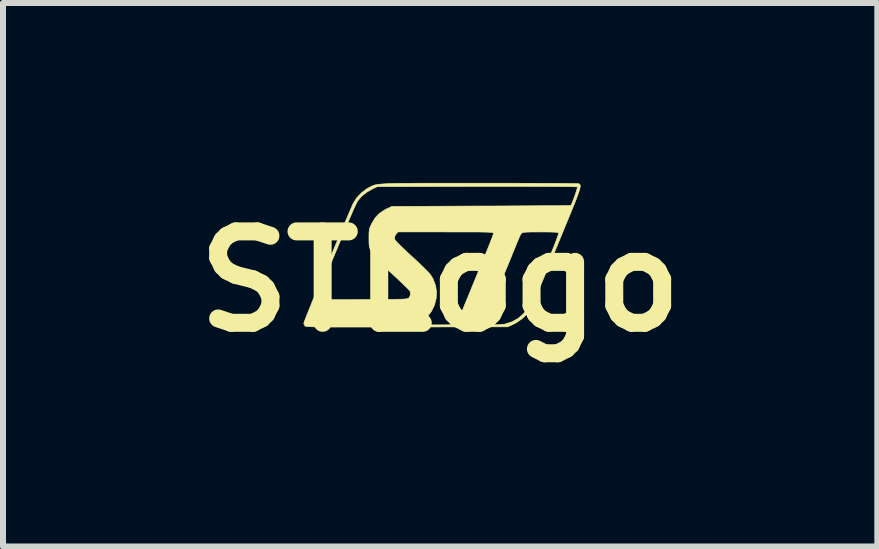
<source format=kicad_pcb>
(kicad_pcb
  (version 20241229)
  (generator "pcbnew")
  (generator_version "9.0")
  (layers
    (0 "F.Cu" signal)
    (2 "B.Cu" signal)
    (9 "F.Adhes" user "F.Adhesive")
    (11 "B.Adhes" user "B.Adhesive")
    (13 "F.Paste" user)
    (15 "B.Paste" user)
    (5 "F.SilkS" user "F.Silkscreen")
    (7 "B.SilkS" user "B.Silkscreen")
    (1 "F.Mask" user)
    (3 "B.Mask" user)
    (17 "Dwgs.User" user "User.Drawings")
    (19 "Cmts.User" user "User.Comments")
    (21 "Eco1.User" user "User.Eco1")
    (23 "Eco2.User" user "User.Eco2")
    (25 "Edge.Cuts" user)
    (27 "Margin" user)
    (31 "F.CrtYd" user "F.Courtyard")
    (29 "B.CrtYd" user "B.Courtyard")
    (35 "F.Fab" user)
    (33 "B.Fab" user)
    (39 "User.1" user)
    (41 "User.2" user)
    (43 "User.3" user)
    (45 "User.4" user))
  (footprint "STLogo"
    (layer "F.Cu")
    (at 4.289 1.643)
    (property "Reference" "STLogo" (at 0 0 0) (layer "F.SilkS") (effects (font (size 1.524 1.524) (thickness 0.3))))
    (attr through_hole)
    (fp_poly (pts (xy 0.379 -1.638) (xy 0.618 -1.638) (xy 0.656 -1.638) (xy 0.857 -1.638) (xy 1.052 -1.638) (xy 1.238 -1.638) (xy 1.415 -1.637) (xy 1.58 -1.637) (xy 1.732 -1.636) (xy 1.869 -1.636) (xy 1.991 -1.635) (xy 2.095 -1.634) (xy 2.18 -1.633) (xy 2.244 -1.632) (xy 2.286 -1.631) (xy 2.304 -1.63) (xy 2.305 -1.63) (xy 2.316 -1.626) (xy 2.325 -1.621) (xy 2.332 -1.613) (xy 2.335 -1.602) (xy 2.336 -1.585) (xy 2.332 -1.562) (xy 2.324 -1.53) (xy 2.311 -1.489) (xy 2.292 -1.436) (xy 2.268 -1.371) (xy 2.237 -1.292) (xy 2.198 -1.197) (xy 2.153 -1.085) (xy 2.099 -0.955) (xy 2.037 -0.804) (xy 1.966 -0.632) (xy 1.942 -0.573) (xy 1.879 -0.422) (xy 1.819 -0.277) (xy 1.761 -0.139) (xy 1.707 -0.011) (xy 1.658 0.106) (xy 1.615 0.21) (xy 1.577 0.298) (xy 1.546 0.37) (xy 1.523 0.423) (xy 1.508 0.455) (xy 1.504 0.464) (xy 1.443 0.547) (xy 1.363 0.623) (xy 1.269 0.688) (xy 1.192 0.727) (xy 1.124 0.756) (xy -0.554 0.759) (xy -0.796 0.76) (xy -1.014 0.76) (xy -1.209 0.76) (xy -1.383 0.76) (xy -1.536 0.76) (xy -1.67 0.76) (xy -1.786 0.76) (xy -1.886 0.759) (xy -1.97 0.759) (xy -2.04 0.758) (xy -2.098 0.757) (xy -2.145 0.755) (xy -2.181 0.754) (xy -2.208 0.752) (xy -2.228 0.75) (xy -2.241 0.748) (xy -2.249 0.745) (xy -2.253 0.742) (xy -2.27 0.714) (xy -2.273 0.695) (xy -2.269 0.679) (xy -2.255 0.642) (xy -2.233 0.586) (xy -2.204 0.513) (xy -2.168 0.424) (xy -2.128 0.323) (xy -2.104 0.266) (xy -2.049 0.266) (xy -2.049 0.277) (xy -2.046 0.284) (xy -2.043 0.287) (xy -2.037 0.291) (xy -2.024 0.294) (xy -2.001 0.297) (xy -1.968 0.299) (xy -1.923 0.301) (xy -1.863 0.302) (xy -1.786 0.303) (xy -1.692 0.303) (xy -1.578 0.303) (xy -1.442 0.303) (xy -1.289 0.302) (xy -1.133 0.301) (xy -1 0.3) (xy -0.889 0.3) (xy -0.798 0.299) (xy -0.724 0.297) (xy -0.665 0.296) (xy -0.62 0.294) (xy -0.586 0.292) (xy -0.562 0.289) (xy -0.545 0.286) (xy -0.534 0.282) (xy -0.526 0.277) (xy -0.522 0.274) (xy -0.501 0.24) (xy -0.495 0.195) (xy -0.503 0.16) (xy -0.514 0.147) (xy -0.541 0.119) (xy -0.583 0.078) (xy -0.636 0.027) (xy -0.699 -0.033) (xy -0.769 -0.098) (xy -0.807 -0.134) (xy -0.891 -0.211) (xy -0.958 -0.274) (xy -1.011 -0.325) (xy -1.052 -0.365) (xy -1.082 -0.399) (xy -1.105 -0.426) (xy -1.123 -0.451) (xy -1.137 -0.476) (xy -1.146 -0.492) (xy -1.164 -0.531) (xy -1.176 -0.562) (xy -1.183 -0.594) (xy -1.186 -0.633) (xy -1.187 -0.686) (xy -1.187 -0.724) (xy -1.187 -0.725) (xy -0.762 -0.725) (xy -0.76 -0.712) (xy -0.753 -0.696) (xy -0.738 -0.676) (xy -0.715 -0.649) (xy -0.68 -0.614) (xy -0.632 -0.567) (xy -0.568 -0.507) (xy -0.505 -0.448) (xy -0.415 -0.365) (xy -0.342 -0.297) (xy -0.284 -0.241) (xy -0.238 -0.196) (xy -0.203 -0.16) (xy -0.176 -0.13) (xy -0.156 -0.104) (xy -0.14 -0.081) (xy -0.126 -0.057) (xy -0.114 -0.032) (xy -0.075 0.073) (xy -0.06 0.182) (xy -0.068 0.291) (xy -0.096 0.398) (xy -0.145 0.497) (xy -0.213 0.586) (xy -0.3 0.661) (xy -0.312 0.669) (xy -0.347 0.693) (xy -0.372 0.711) (xy -0.381 0.719) (xy -0.369 0.721) (xy -0.335 0.722) (xy -0.282 0.723) (xy -0.215 0.723) (xy -0.135 0.724) (xy -0.071 0.724) (xy 0.027 0.724) (xy 0.102 0.723) (xy 0.159 0.722) (xy 0.2 0.72) (xy 0.228 0.716) (xy 0.246 0.712) (xy 0.258 0.706) (xy 0.264 0.702) (xy 0.27 0.695) (xy 0.275 0.688) (xy 0.737 0.688) (xy 0.742 0.711) (xy 0.745 0.715) (xy 0.762 0.72) (xy 0.799 0.723) (xy 0.849 0.724) (xy 0.907 0.723) (xy 0.966 0.721) (xy 1.021 0.717) (xy 1.066 0.713) (xy 1.082 0.71) (xy 1.197 0.673) (xy 1.301 0.615) (xy 1.391 0.537) (xy 1.464 0.442) (xy 1.511 0.348) (xy 1.525 0.313) (xy 1.547 0.26) (xy 1.575 0.193) (xy 1.607 0.118) (xy 1.64 0.038) (xy 1.648 0.019) (xy 1.712 -0.132) (xy 1.769 -0.271) (xy 1.821 -0.398) (xy 1.867 -0.51) (xy 1.905 -0.607) (xy 1.936 -0.687) (xy 1.958 -0.748) (xy 1.972 -0.789) (xy 1.976 -0.809) (xy 1.976 -0.809) (xy 1.968 -0.815) (xy 1.947 -0.819) (xy 1.911 -0.822) (xy 1.858 -0.824) (xy 1.784 -0.825) (xy 1.688 -0.825) (xy 1.672 -0.826) (xy 1.577 -0.825) (xy 1.504 -0.825) (xy 1.45 -0.823) (xy 1.412 -0.821) (xy 1.386 -0.818) (xy 1.37 -0.813) (xy 1.36 -0.807) (xy 1.357 -0.803) (xy 1.35 -0.795) (xy 1.343 -0.785) (xy 1.336 -0.771) (xy 1.326 -0.75) (xy 1.313 -0.721) (xy 1.295 -0.678) (xy 1.271 -0.622) (xy 1.241 -0.547) (xy 1.202 -0.452) (xy 1.194 -0.432) (xy 1.161 -0.35) (xy 1.12 -0.251) (xy 1.074 -0.14) (xy 1.025 -0.021) (xy 0.975 0.098) (xy 0.927 0.214) (xy 0.91 0.256) (xy 0.869 0.352) (xy 0.833 0.442) (xy 0.8 0.522) (xy 0.773 0.59) (xy 0.753 0.642) (xy 0.74 0.676) (xy 0.737 0.688) (xy 0.275 0.688) (xy 0.278 0.685) (xy 0.287 0.67) (xy 0.298 0.648) (xy 0.312 0.618) (xy 0.33 0.576) (xy 0.354 0.521) (xy 0.383 0.452) (xy 0.418 0.365) (xy 0.462 0.26) (xy 0.513 0.134) (xy 0.534 0.083) (xy 0.577 -0.021) (xy 0.624 -0.137) (xy 0.674 -0.257) (xy 0.721 -0.372) (xy 0.763 -0.474) (xy 0.774 -0.499) (xy 0.806 -0.579) (xy 0.835 -0.652) (xy 0.859 -0.714) (xy 0.877 -0.762) (xy 0.887 -0.793) (xy 0.889 -0.801) (xy 0.888 -0.806) (xy 0.885 -0.81) (xy 0.878 -0.814) (xy 0.864 -0.817) (xy 0.843 -0.819) (xy 0.811 -0.821) (xy 0.768 -0.823) (xy 0.711 -0.824) (xy 0.638 -0.825) (xy 0.549 -0.825) (xy 0.44 -0.825) (xy 0.31 -0.825) (xy 0.157 -0.825) (xy 0.095 -0.826) (xy -0.7 -0.826) (xy -0.731 -0.794) (xy -0.756 -0.755) (xy -0.762 -0.725) (xy -1.187 -0.725) (xy -1.187 -0.788) (xy -1.185 -0.834) (xy -1.18 -0.869) (xy -1.171 -0.9) (xy -1.156 -0.935) (xy -1.14 -0.967) (xy -1.084 -1.06) (xy -1.014 -1.134) (xy -0.926 -1.193) (xy -0.891 -1.211) (xy -0.806 -1.251) (xy 0.686 -1.258) (xy 0.878 -1.258) (xy 1.064 -1.259) (xy 1.24 -1.26) (xy 1.406 -1.261) (xy 1.561 -1.262) (xy 1.701 -1.263) (xy 1.827 -1.264) (xy 1.936 -1.264) (xy 2.027 -1.265) (xy 2.098 -1.266) (xy 2.148 -1.266) (xy 2.175 -1.267) (xy 2.18 -1.267) (xy 2.192 -1.291) (xy 2.208 -1.33) (xy 2.227 -1.379) (xy 2.246 -1.432) (xy 2.264 -1.484) (xy 2.278 -1.529) (xy 2.287 -1.562) (xy 2.289 -1.577) (xy 2.289 -1.577) (xy 2.275 -1.578) (xy 2.237 -1.579) (xy 2.177 -1.581) (xy 2.095 -1.582) (xy 1.994 -1.583) (xy 1.874 -1.583) (xy 1.738 -1.584) (xy 1.586 -1.584) (xy 1.42 -1.585) (xy 1.241 -1.585) (xy 1.051 -1.585) (xy 0.851 -1.585) (xy 0.643 -1.585) (xy 0.615 -1.585) (xy -1.048 -1.581) (xy -1.124 -1.546) (xy -1.224 -1.489) (xy -1.308 -1.422) (xy -1.371 -1.348) (xy -1.374 -1.344) (xy -1.39 -1.316) (xy -1.414 -1.267) (xy -1.444 -1.202) (xy -1.478 -1.123) (xy -1.516 -1.035) (xy -1.556 -0.941) (xy -1.575 -0.895) (xy -1.62 -0.784) (xy -1.67 -0.663) (xy -1.722 -0.539) (xy -1.772 -0.419) (xy -1.818 -0.309) (xy -1.857 -0.217) (xy -1.857 -0.216) (xy -1.908 -0.097) (xy -1.949 0.001) (xy -1.982 0.08) (xy -2.007 0.142) (xy -2.026 0.189) (xy -2.038 0.224) (xy -2.046 0.249) (xy -2.049 0.266) (xy -2.104 0.266) (xy -2.082 0.212) (xy -2.033 0.091) (xy -1.981 -0.036) (xy -1.927 -0.167) (xy -1.872 -0.301) (xy -1.816 -0.435) (xy -1.761 -0.567) (xy -1.708 -0.695) (xy -1.657 -0.816) (xy -1.61 -0.93) (xy -1.566 -1.033) (xy -1.527 -1.123) (xy -1.495 -1.199) (xy -1.469 -1.258) (xy -1.451 -1.299) (xy -1.443 -1.314) (xy -1.385 -1.402) (xy -1.309 -1.481) (xy -1.222 -1.546) (xy -1.199 -1.559) (xy -1.178 -1.57) (xy -1.159 -1.58) (xy -1.141 -1.589) (xy -1.122 -1.597) (xy -1.101 -1.605) (xy -1.077 -1.611) (xy -1.048 -1.616) (xy -1.013 -1.621) (xy -0.971 -1.625) (xy -0.92 -1.628) (xy -0.858 -1.631) (xy -0.785 -1.633) (xy -0.699 -1.635) (xy -0.599 -1.636) (xy -0.483 -1.637) (xy -0.35 -1.638) (xy -0.199 -1.638) (xy -0.028 -1.638) (xy 0.165 -1.638) (xy 0.379 -1.638)) (stroke (width 0.01) (type solid)) (fill yes) (layer "F.SilkS")))
  (gr_rect
    (start -3 -3)
    (end 11.578 6.061)
    (stroke (width 0.1) (type default))
    (fill no)
    (layer "Edge.Cuts")))
</source>
